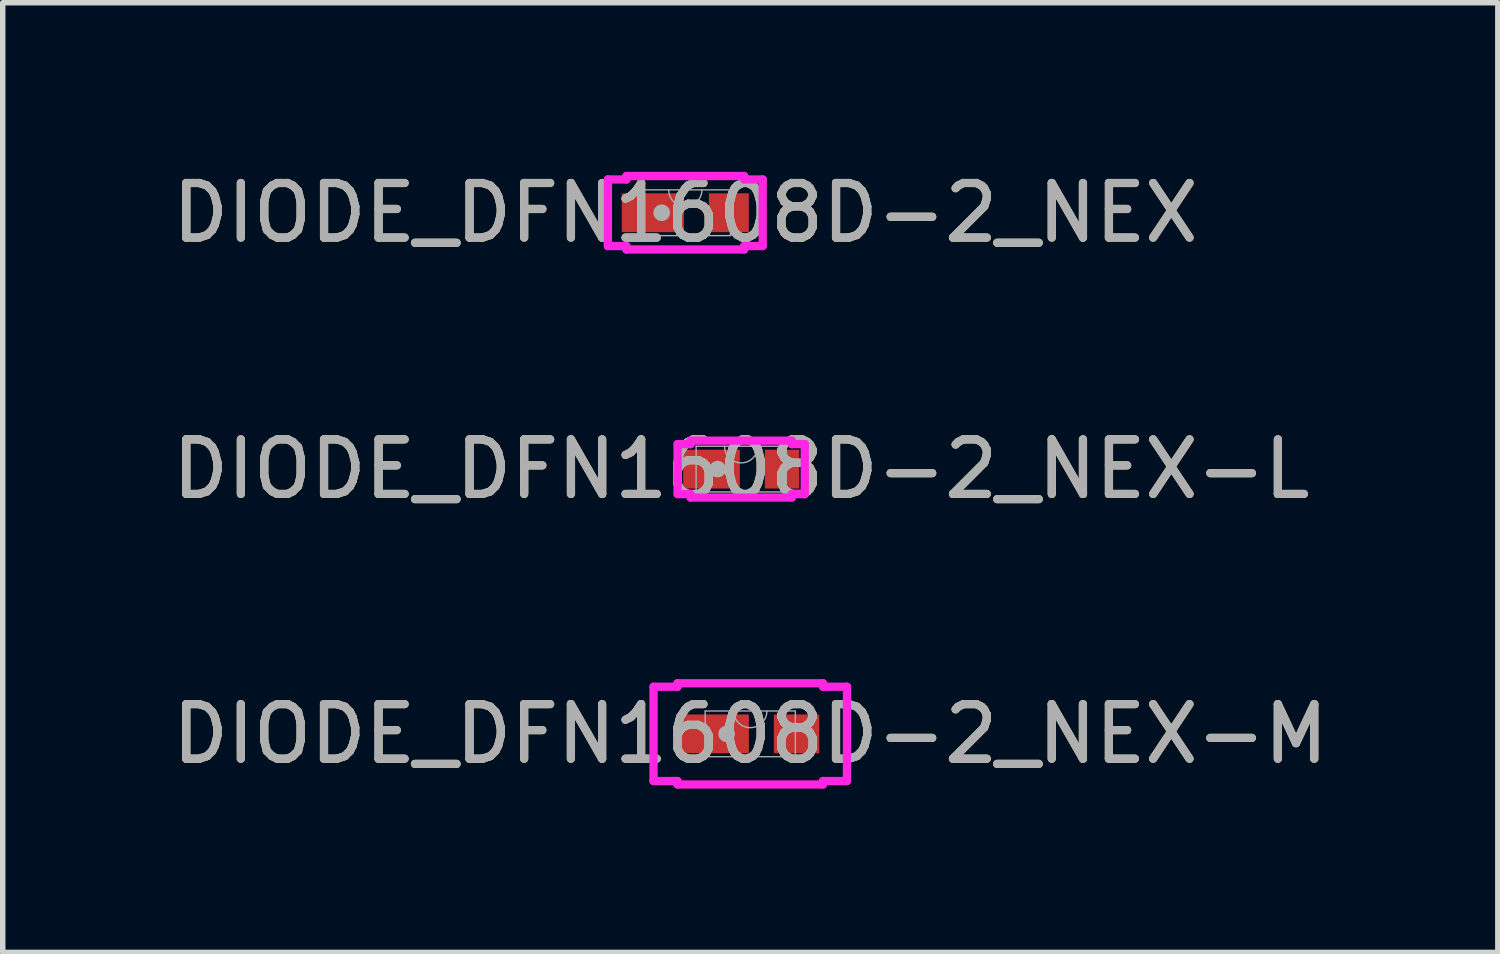
<source format=kicad_pcb>
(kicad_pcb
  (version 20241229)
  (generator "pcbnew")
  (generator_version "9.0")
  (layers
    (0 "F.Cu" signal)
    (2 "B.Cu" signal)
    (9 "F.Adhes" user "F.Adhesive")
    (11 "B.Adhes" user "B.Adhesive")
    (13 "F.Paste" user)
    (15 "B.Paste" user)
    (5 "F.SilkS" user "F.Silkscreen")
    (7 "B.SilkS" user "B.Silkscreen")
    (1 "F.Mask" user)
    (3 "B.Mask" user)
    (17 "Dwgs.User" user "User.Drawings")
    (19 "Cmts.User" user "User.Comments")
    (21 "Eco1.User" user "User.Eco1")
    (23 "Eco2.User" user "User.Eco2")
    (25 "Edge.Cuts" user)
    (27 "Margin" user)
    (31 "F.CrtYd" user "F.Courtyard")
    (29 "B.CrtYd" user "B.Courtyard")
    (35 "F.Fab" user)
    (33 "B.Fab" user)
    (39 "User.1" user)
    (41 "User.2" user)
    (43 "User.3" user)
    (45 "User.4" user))
  (footprint "DIODE_DFN1608D-2_NEX-M"
    (layer "F.Cu")
    (at 10.696 10.396)
    (property "Reference" "DIODE_DFN1608D-2_NEX-M" (at 0 0 0) (unlocked yes) (layer "F.SilkS") (effects (font (size 1 1) (thickness 0.15))))
    (attr smd)
    (fp_line (start -1.772 -0.864) (end -1.333 -0.864) (stroke (width 0.152) (type solid)) (layer "F.CrtYd"))
    (fp_line (start -1.772 0.864) (end -1.772 -0.864) (stroke (width 0.152) (type solid)) (layer "F.CrtYd"))
    (fp_line (start -1.772 0.864) (end -1.333 0.864) (stroke (width 0.152) (type solid)) (layer "F.CrtYd"))
    (fp_line (start -1.333 -0.927) (end 1.333 -0.927) (stroke (width 0.152) (type solid)) (layer "F.CrtYd"))
    (fp_line (start -1.333 -0.864) (end -1.333 -0.927) (stroke (width 0.152) (type solid)) (layer "F.CrtYd"))
    (fp_line (start -1.333 0.927) (end -1.333 0.864) (stroke (width 0.152) (type solid)) (layer "F.CrtYd"))
    (fp_line (start 1.333 -0.927) (end 1.333 -0.864) (stroke (width 0.152) (type solid)) (layer "F.CrtYd"))
    (fp_line (start 1.333 0.864) (end 1.333 0.927) (stroke (width 0.152) (type solid)) (layer "F.CrtYd"))
    (fp_line (start 1.333 0.927) (end -1.333 0.927) (stroke (width 0.152) (type solid)) (layer "F.CrtYd"))
    (fp_line (start 1.772 -0.864) (end 1.333 -0.864) (stroke (width 0.152) (type solid)) (layer "F.CrtYd"))
    (fp_line (start 1.772 -0.864) (end 1.772 0.864) (stroke (width 0.152) (type solid)) (layer "F.CrtYd"))
    (fp_line (start 1.772 0.864) (end 1.333 0.864) (stroke (width 0.152) (type solid)) (layer "F.CrtYd"))
    (fp_line (start -0.826 -0.419) (end -0.826 0.419) (stroke (width 0.025) (type solid)) (layer "F.Fab"))
    (fp_line (start -0.826 0.419) (end 0.826 0.419) (stroke (width 0.025) (type solid)) (layer "F.Fab"))
    (fp_line (start 0.826 -0.419) (end -0.826 -0.419) (stroke (width 0.025) (type solid)) (layer "F.Fab"))
    (fp_line (start 0.826 0.419) (end 0.826 -0.419) (stroke (width 0.025) (type solid)) (layer "F.Fab"))
    (fp_arc (start 0.3048 -0.4191) (mid 0 -0.1143) (end -0.3048 -0.4191) (stroke (width 0.0254) (type solid)) (layer "F.Fab"))
    (fp_circle (center -0.432 0) (end -0.356 0) (stroke (width 0.152) (type solid)) (fill no) (layer "F.Fab"))
    (fp_text user "${REFERENCE}" (at 0 0 0) (unlocked yes) (layer "F.Fab") (effects (font (size 1 1) (thickness 0.15))))
    (pad "1" smd rect (at -0.644 0) (size 1.238 0.712) (layers "F.Cu" "F.Mask" "F.Paste"))
    (pad "2" smd rect (at 0.848 0) (size 0.832 0.712) (layers "F.Cu" "F.Mask" "F.Paste")))
  (footprint "DIODE_DFN1608D-2_NEX"
    (layer "F.Cu")
    (at 9.506 0.848)
    (property "Reference" "DIODE_DFN1608D-2_NEX" (at 0 0 0) (unlocked yes) (layer "F.SilkS") (effects (font (size 1 1) (thickness 0.15))))
    (attr smd)
    (fp_line (start -1.418 -0.61) (end -1.079 -0.61) (stroke (width 0.152) (type solid)) (layer "F.CrtYd"))
    (fp_line (start -1.418 0.61) (end -1.418 -0.61) (stroke (width 0.152) (type solid)) (layer "F.CrtYd"))
    (fp_line (start -1.418 0.61) (end -1.079 0.61) (stroke (width 0.152) (type solid)) (layer "F.CrtYd"))
    (fp_line (start -1.079 -0.673) (end 1.079 -0.673) (stroke (width 0.152) (type solid)) (layer "F.CrtYd"))
    (fp_line (start -1.079 -0.61) (end -1.079 -0.673) (stroke (width 0.152) (type solid)) (layer "F.CrtYd"))
    (fp_line (start -1.079 0.673) (end -1.079 0.61) (stroke (width 0.152) (type solid)) (layer "F.CrtYd"))
    (fp_line (start 1.079 -0.673) (end 1.079 -0.61) (stroke (width 0.152) (type solid)) (layer "F.CrtYd"))
    (fp_line (start 1.079 0.61) (end 1.079 0.673) (stroke (width 0.152) (type solid)) (layer "F.CrtYd"))
    (fp_line (start 1.079 0.673) (end -1.079 0.673) (stroke (width 0.152) (type solid)) (layer "F.CrtYd"))
    (fp_line (start 1.418 -0.61) (end 1.079 -0.61) (stroke (width 0.152) (type solid)) (layer "F.CrtYd"))
    (fp_line (start 1.418 -0.61) (end 1.418 0.61) (stroke (width 0.152) (type solid)) (layer "F.CrtYd"))
    (fp_line (start 1.418 0.61) (end 1.079 0.61) (stroke (width 0.152) (type solid)) (layer "F.CrtYd"))
    (fp_line (start -0.826 -0.419) (end -0.826 0.419) (stroke (width 0.025) (type solid)) (layer "F.Fab"))
    (fp_line (start -0.826 0.419) (end 0.826 0.419) (stroke (width 0.025) (type solid)) (layer "F.Fab"))
    (fp_line (start 0.826 -0.419) (end -0.826 -0.419) (stroke (width 0.025) (type solid)) (layer "F.Fab"))
    (fp_line (start 0.826 0.419) (end 0.826 -0.419) (stroke (width 0.025) (type solid)) (layer "F.Fab"))
    (fp_arc (start 0.3048 -0.4191) (mid 0 -0.1143) (end -0.3048 -0.4191) (stroke (width 0.0254) (type solid)) (layer "F.Fab"))
    (fp_circle (center -0.432 0) (end -0.356 0) (stroke (width 0.152) (type solid)) (fill no) (layer "F.Fab"))
    (fp_text user "${REFERENCE}" (at 0 0 0) (unlocked yes) (layer "F.Fab") (effects (font (size 1 1) (thickness 0.15))))
    (pad "1" smd rect (at -0.595 0) (size 1.138 0.712) (layers "F.Cu" "F.Mask" "F.Paste"))
    (pad "2" smd rect (at 0.798 0) (size 0.732 0.712) (layers "F.Cu" "F.Mask" "F.Paste")))
  (footprint "DIODE_DFN1608D-2_NEX-L"
    (layer "F.Cu")
    (at 10.53 5.545)
    (property "Reference" "DIODE_DFN1608D-2_NEX-L" (at 0 0 0) (unlocked yes) (layer "F.SilkS") (effects (font (size 1 1) (thickness 0.15))))
    (attr smd)
    (fp_line (start -1.165 -0.458) (end -0.927 -0.458) (stroke (width 0.152) (type solid)) (layer "F.CrtYd"))
    (fp_line (start -1.165 0.458) (end -1.165 -0.458) (stroke (width 0.152) (type solid)) (layer "F.CrtYd"))
    (fp_line (start -1.165 0.458) (end -0.927 0.458) (stroke (width 0.152) (type solid)) (layer "F.CrtYd"))
    (fp_line (start -0.927 -0.521) (end 0.927 -0.521) (stroke (width 0.152) (type solid)) (layer "F.CrtYd"))
    (fp_line (start -0.927 -0.458) (end -0.927 -0.521) (stroke (width 0.152) (type solid)) (layer "F.CrtYd"))
    (fp_line (start -0.927 0.521) (end -0.927 0.458) (stroke (width 0.152) (type solid)) (layer "F.CrtYd"))
    (fp_line (start 0.927 -0.521) (end 0.927 -0.458) (stroke (width 0.152) (type solid)) (layer "F.CrtYd"))
    (fp_line (start 0.927 0.458) (end 0.927 0.521) (stroke (width 0.152) (type solid)) (layer "F.CrtYd"))
    (fp_line (start 0.927 0.521) (end -0.927 0.521) (stroke (width 0.152) (type solid)) (layer "F.CrtYd"))
    (fp_line (start 1.165 -0.458) (end 0.927 -0.458) (stroke (width 0.152) (type solid)) (layer "F.CrtYd"))
    (fp_line (start 1.165 -0.458) (end 1.165 0.458) (stroke (width 0.152) (type solid)) (layer "F.CrtYd"))
    (fp_line (start 1.165 0.458) (end 0.927 0.458) (stroke (width 0.152) (type solid)) (layer "F.CrtYd"))
    (fp_line (start -0.826 -0.419) (end -0.826 0.419) (stroke (width 0.025) (type solid)) (layer "F.Fab"))
    (fp_line (start -0.826 0.419) (end 0.826 0.419) (stroke (width 0.025) (type solid)) (layer "F.Fab"))
    (fp_line (start 0.826 -0.419) (end -0.826 -0.419) (stroke (width 0.025) (type solid)) (layer "F.Fab"))
    (fp_line (start 0.826 0.419) (end 0.826 -0.419) (stroke (width 0.025) (type solid)) (layer "F.Fab"))
    (fp_arc (start 0.3048 -0.4191) (mid 0 -0.1143) (end -0.3048 -0.4191) (stroke (width 0.0254) (type solid)) (layer "F.Fab"))
    (fp_circle (center -0.432 0) (end -0.356 0) (stroke (width 0.152) (type solid)) (fill no) (layer "F.Fab"))
    (fp_text user "${REFERENCE}" (at 0 0 0) (unlocked yes) (layer "F.Fab") (effects (font (size 1 1) (thickness 0.15))))
    (pad "1" smd rect (at -0.544 0) (size 1.038 0.712) (layers "F.Cu" "F.Mask" "F.Paste"))
    (pad "2" smd rect (at 0.748 0) (size 0.632 0.712) (layers "F.Cu" "F.Mask" "F.Paste")))
  (gr_rect
    (start -3 -3)
    (end 24.393 14.4)
    (stroke (width 0.1) (type default))
    (fill no)
    (layer "Edge.Cuts")))
</source>
